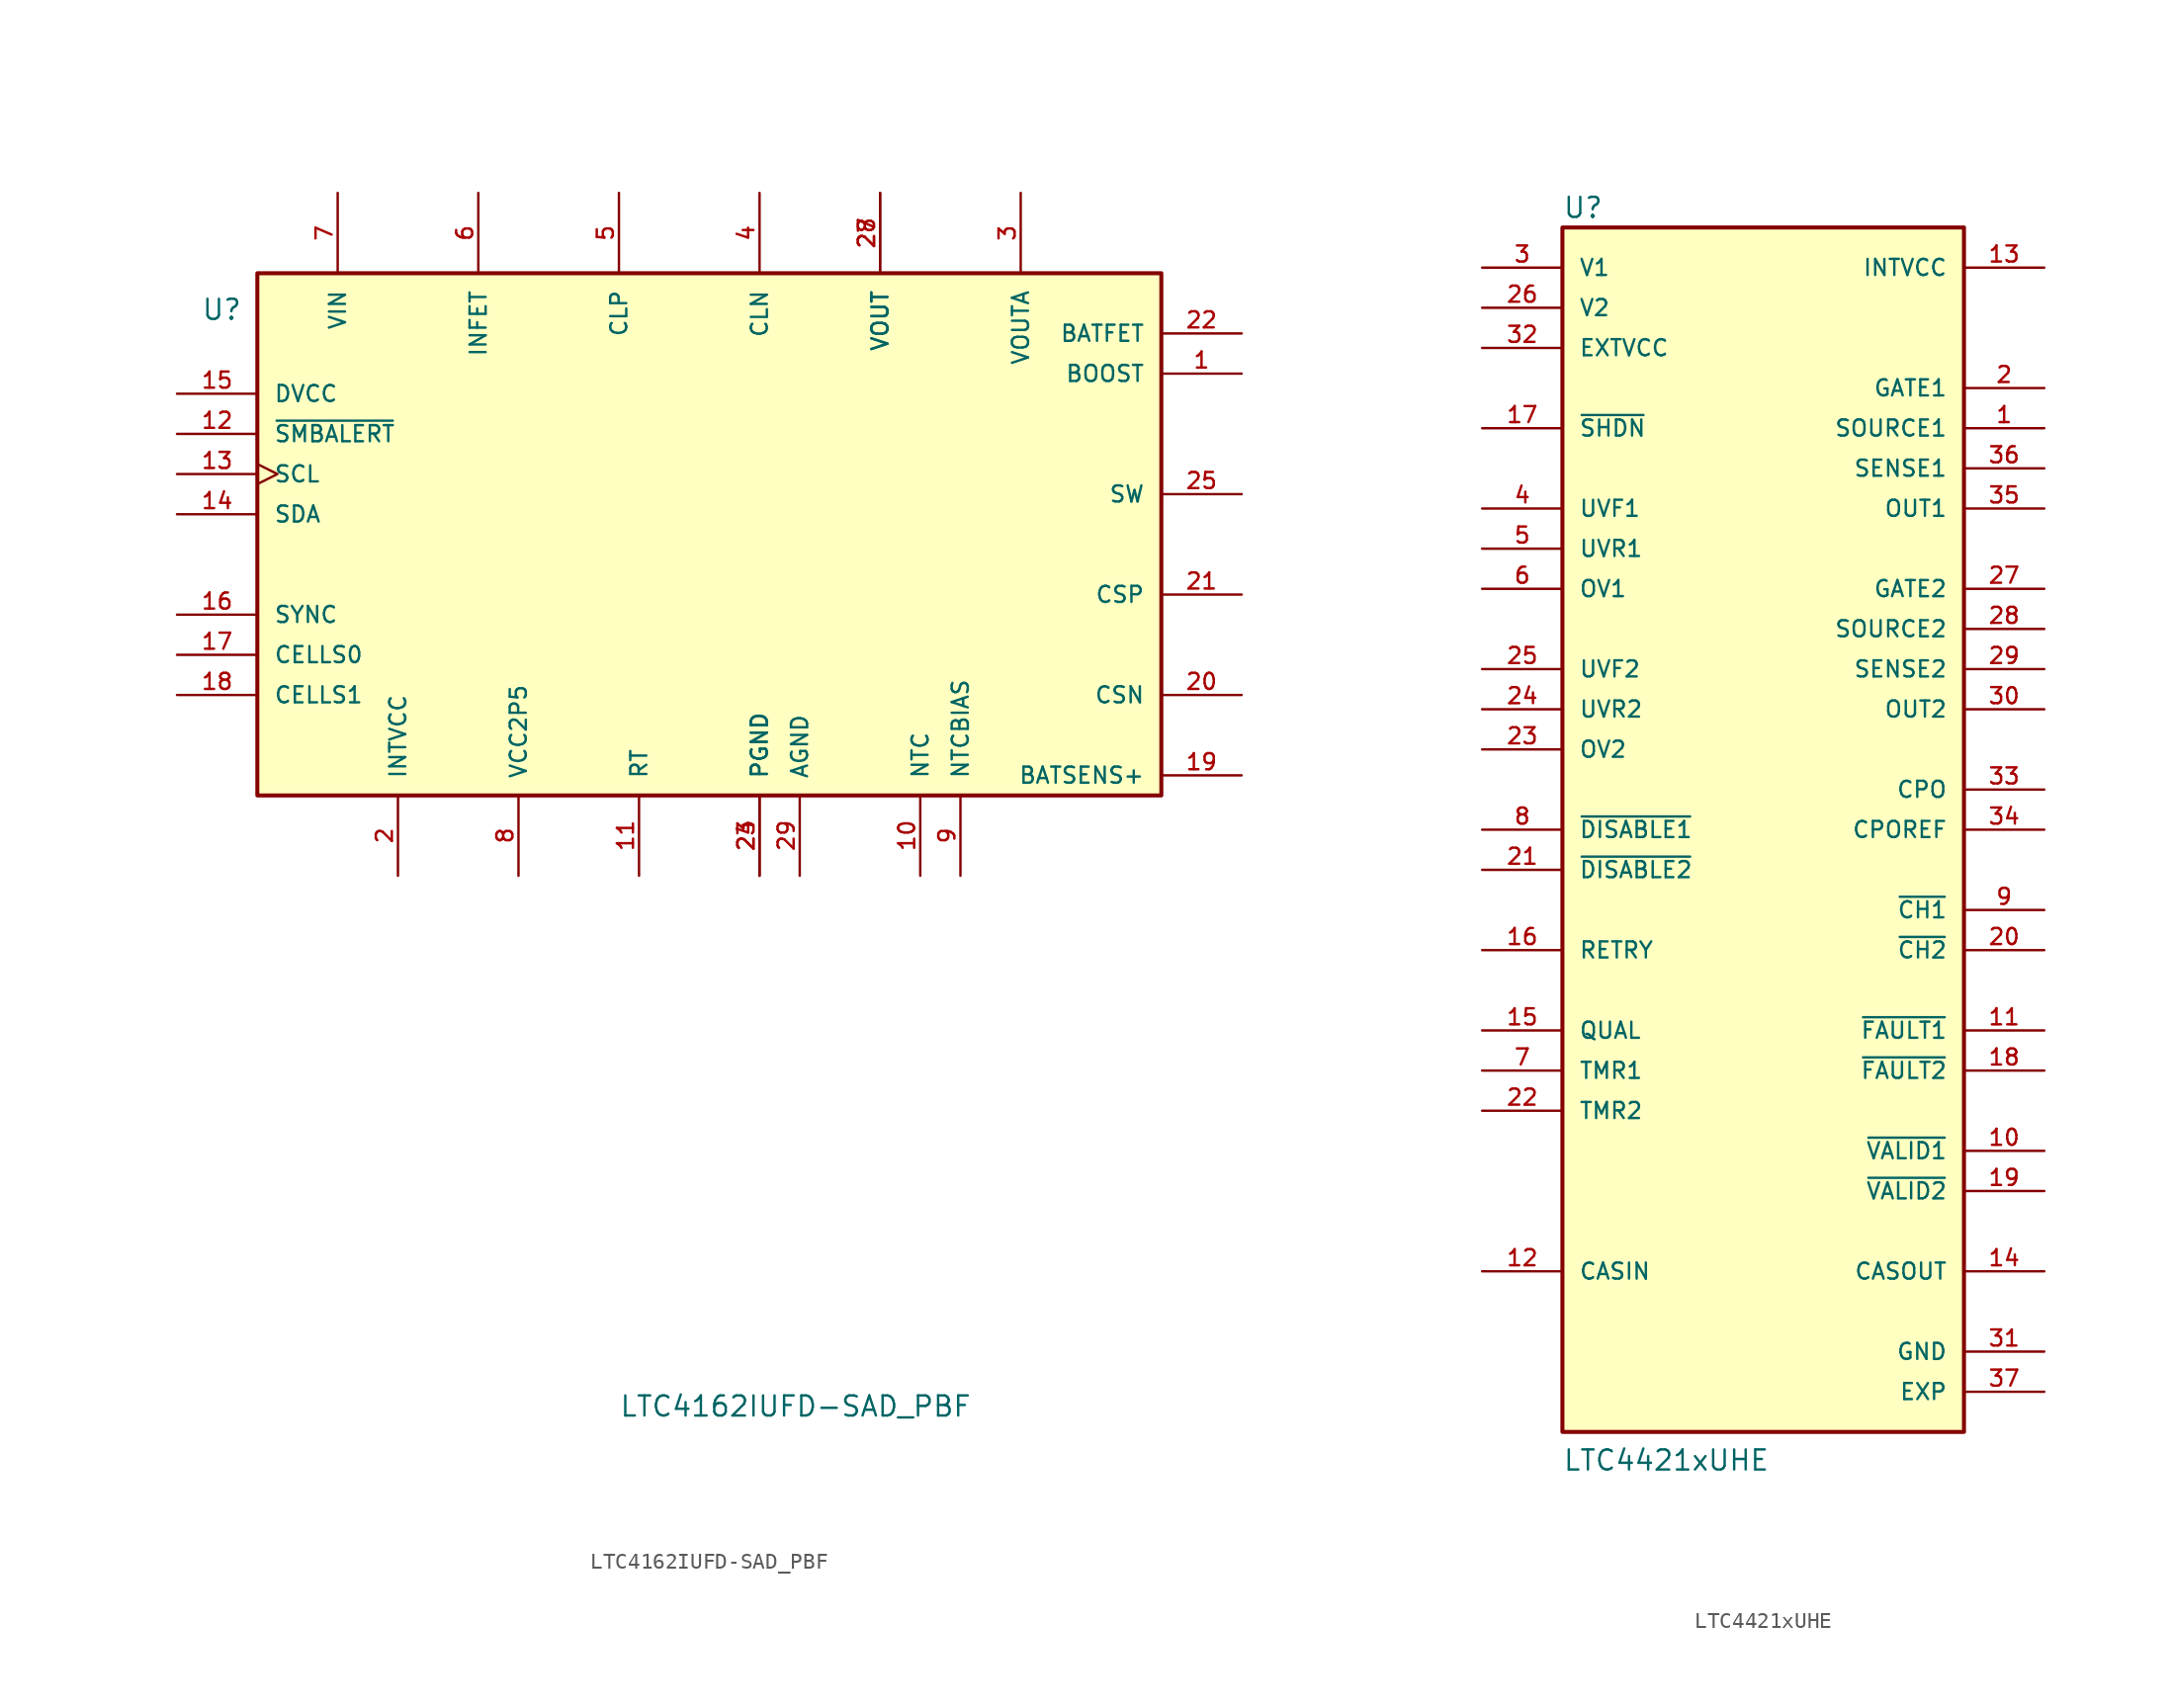
<source format=kicad_sym>
(kicad_symbol_lib
  (version 20231120)
  (generator "kicad_symbol_editor")
  (generator_version "8.0")
  (symbol "LTC4162IUFD-SAD_PBF"
    (pin_names
      (offset 1.016))
    (property "Reference" "U"
      (at -41.656 33.782 0)
      (effects (font (size 1.27 1.27)) (justify left bottom)))
    (property "Value" "LTC4162IUFD-SAD_PBF"
      (at -15.24 -35.56 0)
      (effects (font (size 1.27 1.27)) (justify left bottom)))
    (symbol "LTC4162IUFD-SAD_PBF_0_0"
      (rectangle (start -38.1 36.83) (end 19.05 3.81) (stroke (width 0.254) (type default)) (fill (type background)))
      (pin passive line (at 24.13 30.48 180) (length 5.08) (name "BOOST" (effects (font (size 1.016 1.016)))) (number "1" (effects (font (size 1.016 1.016)))))
      (pin input line (at 3.81 -1.27 90) (length 5.08) (name "NTC" (effects (font (size 1.016 1.016)))) (number "10" (effects (font (size 1.016 1.016)))))
      (pin passive line (at -13.97 -1.27 90) (length 5.08) (name "RT" (effects (font (size 1.016 1.016)))) (number "11" (effects (font (size 1.016 1.016)))))
      (pin output line (at -43.18 26.67 0) (length 5.08) (name "~{SMBALERT}" (effects (font (size 1.016 1.016)))) (number "12" (effects (font (size 1.016 1.016)))))
      (pin input clock (at -43.18 24.13 0) (length 5.08) (name "SCL" (effects (font (size 1.016 1.016)))) (number "13" (effects (font (size 1.016 1.016)))))
      (pin bidirectional line (at -43.18 21.59 0) (length 5.08) (name "SDA" (effects (font (size 1.016 1.016)))) (number "14" (effects (font (size 1.016 1.016)))))
      (pin power_in line (at -43.18 29.21 0) (length 5.08) (name "DVCC" (effects (font (size 1.016 1.016)))) (number "15" (effects (font (size 1.016 1.016)))))
      (pin input line (at -43.18 15.24 0) (length 5.08) (name "SYNC" (effects (font (size 1.016 1.016)))) (number "16" (effects (font (size 1.016 1.016)))))
      (pin input line (at -43.18 12.7 0) (length 5.08) (name "CELLS0" (effects (font (size 1.016 1.016)))) (number "17" (effects (font (size 1.016 1.016)))))
      (pin input line (at -43.18 10.16 0) (length 5.08) (name "CELLS1" (effects (font (size 1.016 1.016)))) (number "18" (effects (font (size 1.016 1.016)))))
      (pin passive line (at 24.13 5.08 180) (length 5.08) (name "BATSENS+" (effects (font (size 1.016 1.016)))) (number "19" (effects (font (size 1.016 1.016)))))
      (pin power_in line (at -29.21 -1.27 90) (length 5.08) (name "INTVCC" (effects (font (size 1.016 1.016)))) (number "2" (effects (font (size 1.016 1.016)))))
      (pin input line (at 24.13 10.16 180) (length 5.08) (name "CSN" (effects (font (size 1.016 1.016)))) (number "20" (effects (font (size 1.016 1.016)))))
      (pin input line (at 24.13 16.51 180) (length 5.08) (name "CSP" (effects (font (size 1.016 1.016)))) (number "21" (effects (font (size 1.016 1.016)))))
      (pin input line (at 24.13 33.02 180) (length 5.08) (name "BATFET" (effects (font (size 1.016 1.016)))) (number "22" (effects (font (size 1.016 1.016)))))
      (pin power_in line (at -6.35 -1.27 90) (length 5.08) (name "PGND" (effects (font (size 1.016 1.016)))) (number "23" (effects (font (size 1.016 1.016)))))
      (pin power_in line (at -6.35 -1.27 90) (length 5.08) (name "PGND" (effects (font (size 1.016 1.016)))) (number "24" (effects (font (size 1.016 1.016)))))
      (pin bidirectional line (at 24.13 22.86 180) (length 5.08) (name "SW" (effects (font (size 1.016 1.016)))) (number "25" (effects (font (size 1.016 1.016)))))
      (pin bidirectional line (at 24.13 22.86 180) (length 5.08) hide (name "SW" (effects (font (size 1.016 1.016)))) (number "26" (effects (font (size 1.016 1.016)))))
      (pin output line (at 1.27 41.91 270) (length 5.08) (name "VOUT" (effects (font (size 1.016 1.016)))) (number "27" (effects (font (size 1.016 1.016)))))
      (pin output line (at 1.27 41.91 270) (length 5.08) (name "VOUT" (effects (font (size 1.016 1.016)))) (number "28" (effects (font (size 1.016 1.016)))))
      (pin power_in line (at -3.81 -1.27 90) (length 5.08) (name "AGND" (effects (font (size 1.016 1.016)))) (number "29" (effects (font (size 1.016 1.016)))))
      (pin output line (at 10.16 41.91 270) (length 5.08) (name "VOUTA" (effects (font (size 1.016 1.016)))) (number "3" (effects (font (size 1.016 1.016)))))
      (pin input line (at -6.35 41.91 270) (length 5.08) (name "CLN" (effects (font (size 1.016 1.016)))) (number "4" (effects (font (size 1.016 1.016)))))
      (pin input line (at -15.24 41.91 270) (length 5.08) (name "CLP" (effects (font (size 1.016 1.016)))) (number "5" (effects (font (size 1.016 1.016)))))
      (pin output line (at -24.13 41.91 270) (length 5.08) (name "INFET" (effects (font (size 1.016 1.016)))) (number "6" (effects (font (size 1.016 1.016)))))
      (pin input line (at -33.02 41.91 270) (length 5.08) (name "VIN" (effects (font (size 1.016 1.016)))) (number "7" (effects (font (size 1.016 1.016)))))
      (pin power_in line (at -21.59 -1.27 90) (length 5.08) (name "VCC2P5" (effects (font (size 1.016 1.016)))) (number "8" (effects (font (size 1.016 1.016)))))
      (pin output line (at 6.35 -1.27 90) (length 5.08) (name "NTCBIAS" (effects (font (size 1.016 1.016)))) (number "9" (effects (font (size 1.016 1.016)))))))
  (symbol "LTC4421xUHE"
    (pin_names
      (offset 1.016))
    (property "Reference" "U"
      (at -12.7 38.608 0)
      (effects (font (size 1.27 1.27)) (justify left bottom)))
    (property "Value" "LTC4421xUHE"
      (at -12.7 -40.64 0)
      (effects (font (size 1.27 1.27)) (justify left bottom)))
    (symbol "LTC4421xUHE_0_0"
      (rectangle (start -12.7 -38.1) (end 12.7 38.1) (stroke (width 0.254) (type default)) (fill (type background)))
      (pin passive line (at 17.78 25.4 180) (length 5.08) (name "SOURCE1" (effects (font (size 1.016 1.016)))) (number "1" (effects (font (size 1.016 1.016)))))
      (pin output line (at 17.78 -20.32 180) (length 5.08) (name "~{VALID1}" (effects (font (size 1.016 1.016)))) (number "10" (effects (font (size 1.016 1.016)))))
      (pin output line (at 17.78 -12.7 180) (length 5.08) (name "~{FAULT1}" (effects (font (size 1.016 1.016)))) (number "11" (effects (font (size 1.016 1.016)))))
      (pin input line (at -17.78 -27.94 0) (length 5.08) (name "CASIN" (effects (font (size 1.016 1.016)))) (number "12" (effects (font (size 1.016 1.016)))))
      (pin output line (at 17.78 35.56 180) (length 5.08) (name "INTVCC" (effects (font (size 1.016 1.016)))) (number "13" (effects (font (size 1.016 1.016)))))
      (pin output line (at 17.78 -27.94 180) (length 5.08) (name "CASOUT" (effects (font (size 1.016 1.016)))) (number "14" (effects (font (size 1.016 1.016)))))
      (pin passive line (at -17.78 -12.7 0) (length 5.08) (name "QUAL" (effects (font (size 1.016 1.016)))) (number "15" (effects (font (size 1.016 1.016)))))
      (pin input line (at -17.78 -7.62 0) (length 5.08) (name "RETRY" (effects (font (size 1.016 1.016)))) (number "16" (effects (font (size 1.016 1.016)))))
      (pin input line (at -17.78 25.4 0) (length 5.08) (name "~{SHDN}" (effects (font (size 1.016 1.016)))) (number "17" (effects (font (size 1.016 1.016)))))
      (pin output line (at 17.78 -15.24 180) (length 5.08) (name "~{FAULT2}" (effects (font (size 1.016 1.016)))) (number "18" (effects (font (size 1.016 1.016)))))
      (pin output line (at 17.78 -22.86 180) (length 5.08) (name "~{VALID2}" (effects (font (size 1.016 1.016)))) (number "19" (effects (font (size 1.016 1.016)))))
      (pin output line (at 17.78 27.94 180) (length 5.08) (name "GATE1" (effects (font (size 1.016 1.016)))) (number "2" (effects (font (size 1.016 1.016)))))
      (pin output line (at 17.78 -7.62 180) (length 5.08) (name "~{CH2}" (effects (font (size 1.016 1.016)))) (number "20" (effects (font (size 1.016 1.016)))))
      (pin input line (at -17.78 -2.54 0) (length 5.08) (name "~{DISABLE2}" (effects (font (size 1.016 1.016)))) (number "21" (effects (font (size 1.016 1.016)))))
      (pin passive line (at -17.78 -17.78 0) (length 5.08) (name "TMR2" (effects (font (size 1.016 1.016)))) (number "22" (effects (font (size 1.016 1.016)))))
      (pin input line (at -17.78 5.08 0) (length 5.08) (name "OV2" (effects (font (size 1.016 1.016)))) (number "23" (effects (font (size 1.016 1.016)))))
      (pin input line (at -17.78 7.62 0) (length 5.08) (name "UVR2" (effects (font (size 1.016 1.016)))) (number "24" (effects (font (size 1.016 1.016)))))
      (pin input line (at -17.78 10.16 0) (length 5.08) (name "UVF2" (effects (font (size 1.016 1.016)))) (number "25" (effects (font (size 1.016 1.016)))))
      (pin input line (at -17.78 33.02 0) (length 5.08) (name "V2" (effects (font (size 1.016 1.016)))) (number "26" (effects (font (size 1.016 1.016)))))
      (pin output line (at 17.78 15.24 180) (length 5.08) (name "GATE2" (effects (font (size 1.016 1.016)))) (number "27" (effects (font (size 1.016 1.016)))))
      (pin passive line (at 17.78 12.7 180) (length 5.08) (name "SOURCE2" (effects (font (size 1.016 1.016)))) (number "28" (effects (font (size 1.016 1.016)))))
      (pin input line (at 17.78 10.16 180) (length 5.08) (name "SENSE2" (effects (font (size 1.016 1.016)))) (number "29" (effects (font (size 1.016 1.016)))))
      (pin input line (at -17.78 35.56 0) (length 5.08) (name "V1" (effects (font (size 1.016 1.016)))) (number "3" (effects (font (size 1.016 1.016)))))
      (pin input line (at 17.78 7.62 180) (length 5.08) (name "OUT2" (effects (font (size 1.016 1.016)))) (number "30" (effects (font (size 1.016 1.016)))))
      (pin power_in line (at 17.78 -33.02 180) (length 5.08) (name "GND" (effects (font (size 1.016 1.016)))) (number "31" (effects (font (size 1.016 1.016)))))
      (pin input line (at -17.78 30.48 0) (length 5.08) (name "EXTVCC" (effects (font (size 1.016 1.016)))) (number "32" (effects (font (size 1.016 1.016)))))
      (pin output line (at 17.78 2.54 180) (length 5.08) (name "CPO" (effects (font (size 1.016 1.016)))) (number "33" (effects (font (size 1.016 1.016)))))
      (pin output line (at 17.78 0 180) (length 5.08) (name "CPOREF" (effects (font (size 1.016 1.016)))) (number "34" (effects (font (size 1.016 1.016)))))
      (pin input line (at 17.78 20.32 180) (length 5.08) (name "OUT1" (effects (font (size 1.016 1.016)))) (number "35" (effects (font (size 1.016 1.016)))))
      (pin input line (at 17.78 22.86 180) (length 5.08) (name "SENSE1" (effects (font (size 1.016 1.016)))) (number "36" (effects (font (size 1.016 1.016)))))
      (pin passive line (at 17.78 -35.56 180) (length 5.08) (name "EXP" (effects (font (size 1.016 1.016)))) (number "37" (effects (font (size 1.016 1.016)))))
      (pin input line (at -17.78 20.32 0) (length 5.08) (name "UVF1" (effects (font (size 1.016 1.016)))) (number "4" (effects (font (size 1.016 1.016)))))
      (pin input line (at -17.78 17.78 0) (length 5.08) (name "UVR1" (effects (font (size 1.016 1.016)))) (number "5" (effects (font (size 1.016 1.016)))))
      (pin input line (at -17.78 15.24 0) (length 5.08) (name "OV1" (effects (font (size 1.016 1.016)))) (number "6" (effects (font (size 1.016 1.016)))))
      (pin passive line (at -17.78 -15.24 0) (length 5.08) (name "TMR1" (effects (font (size 1.016 1.016)))) (number "7" (effects (font (size 1.016 1.016)))))
      (pin input line (at -17.78 0 0) (length 5.08) (name "~{DISABLE1}" (effects (font (size 1.016 1.016)))) (number "8" (effects (font (size 1.016 1.016)))))
      (pin output line (at 17.78 -5.08 180) (length 5.08) (name "~{CH1}" (effects (font (size 1.016 1.016)))) (number "9" (effects (font (size 1.016 1.016))))))))
</source>
